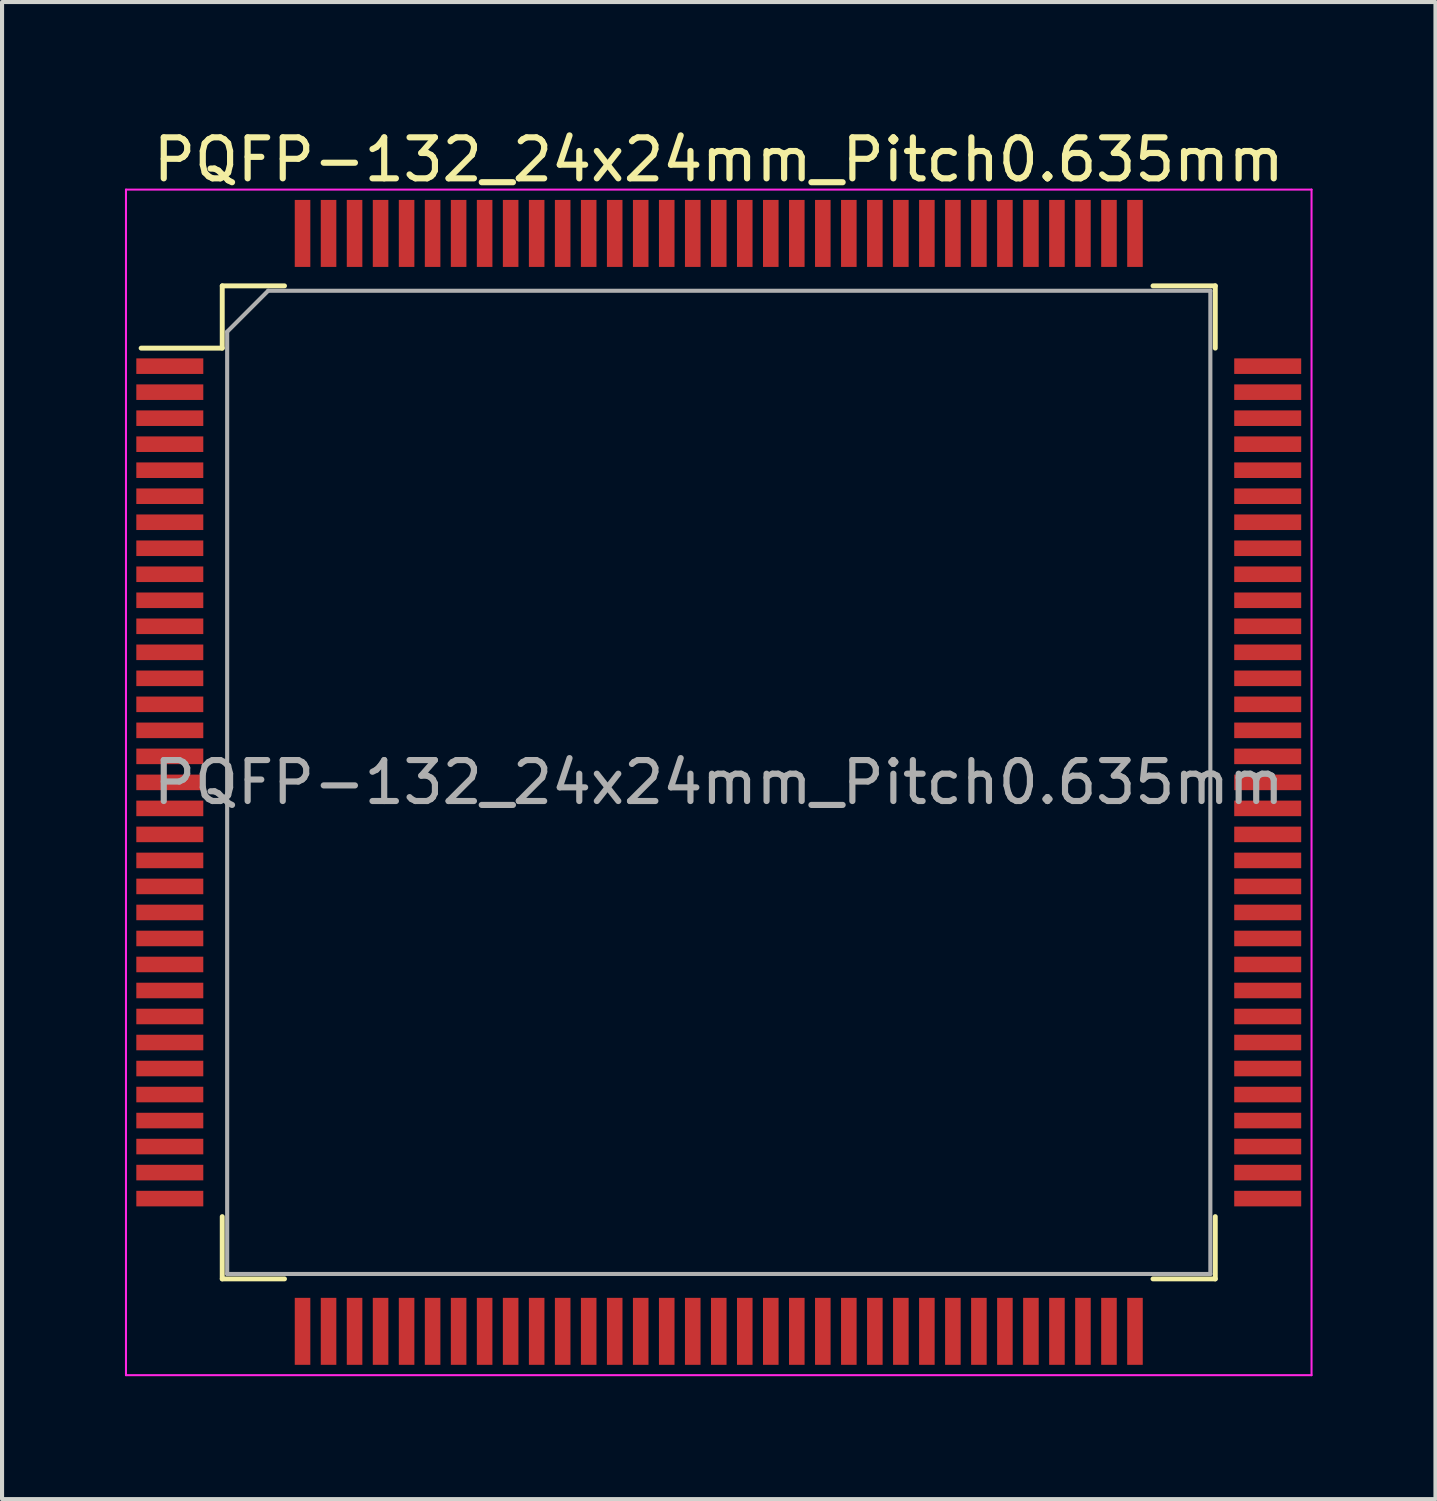
<source format=kicad_pcb>
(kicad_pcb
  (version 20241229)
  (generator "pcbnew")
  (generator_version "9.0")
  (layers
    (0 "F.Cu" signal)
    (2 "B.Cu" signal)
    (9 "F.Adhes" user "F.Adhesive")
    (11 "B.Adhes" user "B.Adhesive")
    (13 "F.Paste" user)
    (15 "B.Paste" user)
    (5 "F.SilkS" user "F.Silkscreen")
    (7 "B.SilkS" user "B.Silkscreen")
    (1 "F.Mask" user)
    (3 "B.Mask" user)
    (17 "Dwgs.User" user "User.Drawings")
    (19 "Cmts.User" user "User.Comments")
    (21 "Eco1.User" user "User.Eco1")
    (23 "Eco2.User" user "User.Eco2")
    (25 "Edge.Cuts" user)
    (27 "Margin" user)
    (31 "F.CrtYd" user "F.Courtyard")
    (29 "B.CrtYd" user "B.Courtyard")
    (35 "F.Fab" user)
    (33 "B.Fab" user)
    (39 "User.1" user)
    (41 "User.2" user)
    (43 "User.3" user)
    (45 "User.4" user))
  (footprint "PQFP-132_24x24mm_Pitch0.635mm"
    (layer "F.Cu")
    (at 14.495 16.048)
    (property "Reference" "PQFP-132_24x24mm_Pitch0.635mm" (at 0 -15.2 0) (layer "F.SilkS") (effects (font (size 1 1) (thickness 0.15))))
    (attr smd)
    (fp_line (start -14.1 -10.6) (end -12.12 -10.6) (stroke (width 0.12) (type solid)) (layer "F.SilkS"))
    (fp_line (start -12.12 -12.12) (end -12.12 -10.6) (stroke (width 0.12) (type solid)) (layer "F.SilkS"))
    (fp_line (start -12.12 12.12) (end -12.12 10.6) (stroke (width 0.12) (type solid)) (layer "F.SilkS"))
    (fp_line (start -10.6 -12.12) (end -12.12 -12.12) (stroke (width 0.12) (type solid)) (layer "F.SilkS"))
    (fp_line (start -10.6 12.12) (end -12.12 12.12) (stroke (width 0.12) (type solid)) (layer "F.SilkS"))
    (fp_line (start 10.6 -12.12) (end 12.12 -12.12) (stroke (width 0.12) (type solid)) (layer "F.SilkS"))
    (fp_line (start 10.6 12.12) (end 12.12 12.12) (stroke (width 0.12) (type solid)) (layer "F.SilkS"))
    (fp_line (start 12.12 -12.12) (end 12.12 -10.6) (stroke (width 0.12) (type solid)) (layer "F.SilkS"))
    (fp_line (start 12.12 12.12) (end 12.12 10.6) (stroke (width 0.12) (type solid)) (layer "F.SilkS"))
    (fp_line (start -14.47 -14.47) (end -14.47 14.47) (stroke (width 0.05) (type solid)) (layer "F.CrtYd"))
    (fp_line (start 14.47 -14.47) (end -14.47 -14.47) (stroke (width 0.05) (type solid)) (layer "F.CrtYd"))
    (fp_line (start 14.47 -14.47) (end 14.47 14.47) (stroke (width 0.05) (type solid)) (layer "F.CrtYd"))
    (fp_line (start 14.47 14.47) (end -14.47 14.47) (stroke (width 0.05) (type solid)) (layer "F.CrtYd"))
    (fp_line (start -12 12) (end -12 -11) (stroke (width 0.1) (type solid)) (layer "F.Fab"))
    (fp_line (start -11 -12) (end -12 -11) (stroke (width 0.1) (type solid)) (layer "F.Fab"))
    (fp_line (start -11 -12) (end 12 -12) (stroke (width 0.1) (type solid)) (layer "F.Fab"))
    (fp_line (start 12 -12) (end 12 12) (stroke (width 0.1) (type solid)) (layer "F.Fab"))
    (fp_line (start 12 12) (end -12 12) (stroke (width 0.1) (type solid)) (layer "F.Fab"))
    (fp_text user "${REFERENCE}" (at 0 0 0) (layer "F.Fab") (effects (font (size 1 1) (thickness 0.15))))
    (pad "1" smd rect (at -13.4 -10.16) (size 1.635 0.38) (layers "F.Cu" "F.Mask" "F.Paste"))
    (pad "2" smd rect (at -13.4 -9.525) (size 1.635 0.38) (layers "F.Cu" "F.Mask" "F.Paste"))
    (pad "3" smd rect (at -13.4 -8.89) (size 1.635 0.38) (layers "F.Cu" "F.Mask" "F.Paste"))
    (pad "4" smd rect (at -13.4 -8.255) (size 1.635 0.38) (layers "F.Cu" "F.Mask" "F.Paste"))
    (pad "5" smd rect (at -13.4 -7.62) (size 1.635 0.38) (layers "F.Cu" "F.Mask" "F.Paste"))
    (pad "6" smd rect (at -13.4 -6.985) (size 1.635 0.38) (layers "F.Cu" "F.Mask" "F.Paste"))
    (pad "7" smd rect (at -13.4 -6.35) (size 1.635 0.38) (layers "F.Cu" "F.Mask" "F.Paste"))
    (pad "8" smd rect (at -13.4 -5.715) (size 1.635 0.38) (layers "F.Cu" "F.Mask" "F.Paste"))
    (pad "9" smd rect (at -13.4 -5.08) (size 1.635 0.38) (layers "F.Cu" "F.Mask" "F.Paste"))
    (pad "10" smd rect (at -13.4 -4.445) (size 1.635 0.38) (layers "F.Cu" "F.Mask" "F.Paste"))
    (pad "11" smd rect (at -13.4 -3.81) (size 1.635 0.38) (layers "F.Cu" "F.Mask" "F.Paste"))
    (pad "12" smd rect (at -13.4 -3.175) (size 1.635 0.38) (layers "F.Cu" "F.Mask" "F.Paste"))
    (pad "13" smd rect (at -13.4 -2.54) (size 1.635 0.38) (layers "F.Cu" "F.Mask" "F.Paste"))
    (pad "14" smd rect (at -13.4 -1.905) (size 1.635 0.38) (layers "F.Cu" "F.Mask" "F.Paste"))
    (pad "15" smd rect (at -13.4 -1.27) (size 1.635 0.38) (layers "F.Cu" "F.Mask" "F.Paste"))
    (pad "16" smd rect (at -13.4 -0.635) (size 1.635 0.38) (layers "F.Cu" "F.Mask" "F.Paste"))
    (pad "17" smd rect (at -13.4 0) (size 1.635 0.38) (layers "F.Cu" "F.Mask" "F.Paste"))
    (pad "18" smd rect (at -13.4 0.635) (size 1.635 0.38) (layers "F.Cu" "F.Mask" "F.Paste"))
    (pad "19" smd rect (at -13.4 1.27) (size 1.635 0.38) (layers "F.Cu" "F.Mask" "F.Paste"))
    (pad "20" smd rect (at -13.4 1.905) (size 1.635 0.38) (layers "F.Cu" "F.Mask" "F.Paste"))
    (pad "21" smd rect (at -13.4 2.54) (size 1.635 0.38) (layers "F.Cu" "F.Mask" "F.Paste"))
    (pad "22" smd rect (at -13.4 3.175) (size 1.635 0.38) (layers "F.Cu" "F.Mask" "F.Paste"))
    (pad "23" smd rect (at -13.4 3.81) (size 1.635 0.38) (layers "F.Cu" "F.Mask" "F.Paste"))
    (pad "24" smd rect (at -13.4 4.445) (size 1.635 0.38) (layers "F.Cu" "F.Mask" "F.Paste"))
    (pad "25" smd rect (at -13.4 5.08) (size 1.635 0.38) (layers "F.Cu" "F.Mask" "F.Paste"))
    (pad "26" smd rect (at -13.4 5.715) (size 1.635 0.38) (layers "F.Cu" "F.Mask" "F.Paste"))
    (pad "27" smd rect (at -13.4 6.35) (size 1.635 0.38) (layers "F.Cu" "F.Mask" "F.Paste"))
    (pad "28" smd rect (at -13.4 6.985) (size 1.635 0.38) (layers "F.Cu" "F.Mask" "F.Paste"))
    (pad "29" smd rect (at -13.4 7.62) (size 1.635 0.38) (layers "F.Cu" "F.Mask" "F.Paste"))
    (pad "30" smd rect (at -13.4 8.255) (size 1.635 0.38) (layers "F.Cu" "F.Mask" "F.Paste"))
    (pad "31" smd rect (at -13.4 8.89) (size 1.635 0.38) (layers "F.Cu" "F.Mask" "F.Paste"))
    (pad "32" smd rect (at -13.4 9.525) (size 1.635 0.38) (layers "F.Cu" "F.Mask" "F.Paste"))
    (pad "33" smd rect (at -13.4 10.16) (size 1.635 0.38) (layers "F.Cu" "F.Mask" "F.Paste"))
    (pad "34" smd rect (at -10.16 13.4) (size 0.38 1.635) (layers "F.Cu" "F.Mask" "F.Paste"))
    (pad "35" smd rect (at -9.525 13.4) (size 0.38 1.635) (layers "F.Cu" "F.Mask" "F.Paste"))
    (pad "36" smd rect (at -8.89 13.4) (size 0.38 1.635) (layers "F.Cu" "F.Mask" "F.Paste"))
    (pad "37" smd rect (at -8.255 13.4) (size 0.38 1.635) (layers "F.Cu" "F.Mask" "F.Paste"))
    (pad "38" smd rect (at -7.62 13.4) (size 0.38 1.635) (layers "F.Cu" "F.Mask" "F.Paste"))
    (pad "39" smd rect (at -6.985 13.4) (size 0.38 1.635) (layers "F.Cu" "F.Mask" "F.Paste"))
    (pad "40" smd rect (at -6.35 13.4) (size 0.38 1.635) (layers "F.Cu" "F.Mask" "F.Paste"))
    (pad "41" smd rect (at -5.715 13.4) (size 0.38 1.635) (layers "F.Cu" "F.Mask" "F.Paste"))
    (pad "42" smd rect (at -5.08 13.4) (size 0.38 1.635) (layers "F.Cu" "F.Mask" "F.Paste"))
    (pad "43" smd rect (at -4.445 13.4) (size 0.38 1.635) (layers "F.Cu" "F.Mask" "F.Paste"))
    (pad "44" smd rect (at -3.81 13.4) (size 0.38 1.635) (layers "F.Cu" "F.Mask" "F.Paste"))
    (pad "45" smd rect (at -3.175 13.4) (size 0.38 1.635) (layers "F.Cu" "F.Mask" "F.Paste"))
    (pad "46" smd rect (at -2.54 13.4) (size 0.38 1.635) (layers "F.Cu" "F.Mask" "F.Paste"))
    (pad "47" smd rect (at -1.905 13.4) (size 0.38 1.635) (layers "F.Cu" "F.Mask" "F.Paste"))
    (pad "48" smd rect (at -1.27 13.4) (size 0.38 1.635) (layers "F.Cu" "F.Mask" "F.Paste"))
    (pad "49" smd rect (at -0.635 13.4) (size 0.38 1.635) (layers "F.Cu" "F.Mask" "F.Paste"))
    (pad "50" smd rect (at 0 13.4) (size 0.38 1.635) (layers "F.Cu" "F.Mask" "F.Paste"))
    (pad "51" smd rect (at 0.635 13.4) (size 0.38 1.635) (layers "F.Cu" "F.Mask" "F.Paste"))
    (pad "52" smd rect (at 1.27 13.4) (size 0.38 1.635) (layers "F.Cu" "F.Mask" "F.Paste"))
    (pad "53" smd rect (at 1.905 13.4) (size 0.38 1.635) (layers "F.Cu" "F.Mask" "F.Paste"))
    (pad "54" smd rect (at 2.54 13.4) (size 0.38 1.635) (layers "F.Cu" "F.Mask" "F.Paste"))
    (pad "55" smd rect (at 3.175 13.4) (size 0.38 1.635) (layers "F.Cu" "F.Mask" "F.Paste"))
    (pad "56" smd rect (at 3.81 13.4) (size 0.38 1.635) (layers "F.Cu" "F.Mask" "F.Paste"))
    (pad "57" smd rect (at 4.445 13.4) (size 0.38 1.635) (layers "F.Cu" "F.Mask" "F.Paste"))
    (pad "58" smd rect (at 5.08 13.4) (size 0.38 1.635) (layers "F.Cu" "F.Mask" "F.Paste"))
    (pad "59" smd rect (at 5.715 13.4) (size 0.38 1.635) (layers "F.Cu" "F.Mask" "F.Paste"))
    (pad "60" smd rect (at 6.35 13.4) (size 0.38 1.635) (layers "F.Cu" "F.Mask" "F.Paste"))
    (pad "61" smd rect (at 6.985 13.4) (size 0.38 1.635) (layers "F.Cu" "F.Mask" "F.Paste"))
    (pad "62" smd rect (at 7.62 13.4) (size 0.38 1.635) (layers "F.Cu" "F.Mask" "F.Paste"))
    (pad "63" smd rect (at 8.255 13.4) (size 0.38 1.635) (layers "F.Cu" "F.Mask" "F.Paste"))
    (pad "64" smd rect (at 8.89 13.4) (size 0.38 1.635) (layers "F.Cu" "F.Mask" "F.Paste"))
    (pad "65" smd rect (at 9.525 13.4) (size 0.38 1.635) (layers "F.Cu" "F.Mask" "F.Paste"))
    (pad "66" smd rect (at 10.16 13.4) (size 0.38 1.635) (layers "F.Cu" "F.Mask" "F.Paste"))
    (pad "67" smd rect (at 13.4 10.16) (size 1.635 0.38) (layers "F.Cu" "F.Mask" "F.Paste"))
    (pad "68" smd rect (at 13.4 9.525) (size 1.635 0.38) (layers "F.Cu" "F.Mask" "F.Paste"))
    (pad "69" smd rect (at 13.4 8.89) (size 1.635 0.38) (layers "F.Cu" "F.Mask" "F.Paste"))
    (pad "70" smd rect (at 13.4 8.255) (size 1.635 0.38) (layers "F.Cu" "F.Mask" "F.Paste"))
    (pad "71" smd rect (at 13.4 7.62) (size 1.635 0.38) (layers "F.Cu" "F.Mask" "F.Paste"))
    (pad "72" smd rect (at 13.4 6.985) (size 1.635 0.38) (layers "F.Cu" "F.Mask" "F.Paste"))
    (pad "73" smd rect (at 13.4 6.35) (size 1.635 0.38) (layers "F.Cu" "F.Mask" "F.Paste"))
    (pad "74" smd rect (at 13.4 5.715) (size 1.635 0.38) (layers "F.Cu" "F.Mask" "F.Paste"))
    (pad "75" smd rect (at 13.4 5.08) (size 1.635 0.38) (layers "F.Cu" "F.Mask" "F.Paste"))
    (pad "76" smd rect (at 13.4 4.445) (size 1.635 0.38) (layers "F.Cu" "F.Mask" "F.Paste"))
    (pad "77" smd rect (at 13.4 3.81) (size 1.635 0.38) (layers "F.Cu" "F.Mask" "F.Paste"))
    (pad "78" smd rect (at 13.4 3.175) (size 1.635 0.38) (layers "F.Cu" "F.Mask" "F.Paste"))
    (pad "79" smd rect (at 13.4 2.54) (size 1.635 0.38) (layers "F.Cu" "F.Mask" "F.Paste"))
    (pad "80" smd rect (at 13.4 1.905) (size 1.635 0.38) (layers "F.Cu" "F.Mask" "F.Paste"))
    (pad "81" smd rect (at 13.4 1.27) (size 1.635 0.38) (layers "F.Cu" "F.Mask" "F.Paste"))
    (pad "82" smd rect (at 13.4 0.635) (size 1.635 0.38) (layers "F.Cu" "F.Mask" "F.Paste"))
    (pad "83" smd rect (at 13.4 0) (size 1.635 0.38) (layers "F.Cu" "F.Mask" "F.Paste"))
    (pad "84" smd rect (at 13.4 -0.635) (size 1.635 0.38) (layers "F.Cu" "F.Mask" "F.Paste"))
    (pad "85" smd rect (at 13.4 -1.27) (size 1.635 0.38) (layers "F.Cu" "F.Mask" "F.Paste"))
    (pad "86" smd rect (at 13.4 -1.905) (size 1.635 0.38) (layers "F.Cu" "F.Mask" "F.Paste"))
    (pad "87" smd rect (at 13.4 -2.54) (size 1.635 0.38) (layers "F.Cu" "F.Mask" "F.Paste"))
    (pad "88" smd rect (at 13.4 -3.175) (size 1.635 0.38) (layers "F.Cu" "F.Mask" "F.Paste"))
    (pad "89" smd rect (at 13.4 -3.81) (size 1.635 0.38) (layers "F.Cu" "F.Mask" "F.Paste"))
    (pad "90" smd rect (at 13.4 -4.445) (size 1.635 0.38) (layers "F.Cu" "F.Mask" "F.Paste"))
    (pad "91" smd rect (at 13.4 -5.08) (size 1.635 0.38) (layers "F.Cu" "F.Mask" "F.Paste"))
    (pad "92" smd rect (at 13.4 -5.715) (size 1.635 0.38) (layers "F.Cu" "F.Mask" "F.Paste"))
    (pad "93" smd rect (at 13.4 -6.35) (size 1.635 0.38) (layers "F.Cu" "F.Mask" "F.Paste"))
    (pad "94" smd rect (at 13.4 -6.985) (size 1.635 0.38) (layers "F.Cu" "F.Mask" "F.Paste"))
    (pad "95" smd rect (at 13.4 -7.62) (size 1.635 0.38) (layers "F.Cu" "F.Mask" "F.Paste"))
    (pad "96" smd rect (at 13.4 -8.255) (size 1.635 0.38) (layers "F.Cu" "F.Mask" "F.Paste"))
    (pad "97" smd rect (at 13.4 -8.89) (size 1.635 0.38) (layers "F.Cu" "F.Mask" "F.Paste"))
    (pad "98" smd rect (at 13.4 -9.525) (size 1.635 0.38) (layers "F.Cu" "F.Mask" "F.Paste"))
    (pad "99" smd rect (at 13.4 -10.16) (size 1.635 0.38) (layers "F.Cu" "F.Mask" "F.Paste"))
    (pad "100" smd rect (at 10.16 -13.4) (size 0.38 1.635) (layers "F.Cu" "F.Mask" "F.Paste"))
    (pad "101" smd rect (at 9.525 -13.4) (size 0.38 1.635) (layers "F.Cu" "F.Mask" "F.Paste"))
    (pad "102" smd rect (at 8.89 -13.4) (size 0.38 1.635) (layers "F.Cu" "F.Mask" "F.Paste"))
    (pad "103" smd rect (at 8.255 -13.4) (size 0.38 1.635) (layers "F.Cu" "F.Mask" "F.Paste"))
    (pad "104" smd rect (at 7.62 -13.4) (size 0.38 1.635) (layers "F.Cu" "F.Mask" "F.Paste"))
    (pad "105" smd rect (at 6.985 -13.4) (size 0.38 1.635) (layers "F.Cu" "F.Mask" "F.Paste"))
    (pad "106" smd rect (at 6.35 -13.4) (size 0.38 1.635) (layers "F.Cu" "F.Mask" "F.Paste"))
    (pad "107" smd rect (at 5.715 -13.4) (size 0.38 1.635) (layers "F.Cu" "F.Mask" "F.Paste"))
    (pad "108" smd rect (at 5.08 -13.4) (size 0.38 1.635) (layers "F.Cu" "F.Mask" "F.Paste"))
    (pad "109" smd rect (at 4.445 -13.4) (size 0.38 1.635) (layers "F.Cu" "F.Mask" "F.Paste"))
    (pad "110" smd rect (at 3.81 -13.4) (size 0.38 1.635) (layers "F.Cu" "F.Mask" "F.Paste"))
    (pad "111" smd rect (at 3.175 -13.4) (size 0.38 1.635) (layers "F.Cu" "F.Mask" "F.Paste"))
    (pad "112" smd rect (at 2.54 -13.4) (size 0.38 1.635) (layers "F.Cu" "F.Mask" "F.Paste"))
    (pad "113" smd rect (at 1.905 -13.4) (size 0.38 1.635) (layers "F.Cu" "F.Mask" "F.Paste"))
    (pad "114" smd rect (at 1.27 -13.4) (size 0.38 1.635) (layers "F.Cu" "F.Mask" "F.Paste"))
    (pad "115" smd rect (at 0.635 -13.4) (size 0.38 1.635) (layers "F.Cu" "F.Mask" "F.Paste"))
    (pad "116" smd rect (at 0 -13.4) (size 0.38 1.635) (layers "F.Cu" "F.Mask" "F.Paste"))
    (pad "117" smd rect (at -0.635 -13.4) (size 0.38 1.635) (layers "F.Cu" "F.Mask" "F.Paste"))
    (pad "118" smd rect (at -1.27 -13.4) (size 0.38 1.635) (layers "F.Cu" "F.Mask" "F.Paste"))
    (pad "119" smd rect (at -1.905 -13.4) (size 0.38 1.635) (layers "F.Cu" "F.Mask" "F.Paste"))
    (pad "120" smd rect (at -2.54 -13.4) (size 0.38 1.635) (layers "F.Cu" "F.Mask" "F.Paste"))
    (pad "121" smd rect (at -3.175 -13.4) (size 0.38 1.635) (layers "F.Cu" "F.Mask" "F.Paste"))
    (pad "122" smd rect (at -3.81 -13.4) (size 0.38 1.635) (layers "F.Cu" "F.Mask" "F.Paste"))
    (pad "123" smd rect (at -4.445 -13.4) (size 0.38 1.635) (layers "F.Cu" "F.Mask" "F.Paste"))
    (pad "124" smd rect (at -5.08 -13.4) (size 0.38 1.635) (layers "F.Cu" "F.Mask" "F.Paste"))
    (pad "125" smd rect (at -5.715 -13.4) (size 0.38 1.635) (layers "F.Cu" "F.Mask" "F.Paste"))
    (pad "126" smd rect (at -6.35 -13.4) (size 0.38 1.635) (layers "F.Cu" "F.Mask" "F.Paste"))
    (pad "127" smd rect (at -6.985 -13.4) (size 0.38 1.635) (layers "F.Cu" "F.Mask" "F.Paste"))
    (pad "128" smd rect (at -7.62 -13.4) (size 0.38 1.635) (layers "F.Cu" "F.Mask" "F.Paste"))
    (pad "129" smd rect (at -8.255 -13.4) (size 0.38 1.635) (layers "F.Cu" "F.Mask" "F.Paste"))
    (pad "130" smd rect (at -8.89 -13.4) (size 0.38 1.635) (layers "F.Cu" "F.Mask" "F.Paste"))
    (pad "131" smd rect (at -9.525 -13.4) (size 0.38 1.635) (layers "F.Cu" "F.Mask" "F.Paste"))
    (pad "132" smd rect (at -10.16 -13.4) (size 0.38 1.635) (layers "F.Cu" "F.Mask" "F.Paste")))
  (gr_rect
    (start -3 -3)
    (end 31.99 33.543)
    (stroke (width 0.1) (type default))
    (fill no)
    (layer "Edge.Cuts")))
</source>
